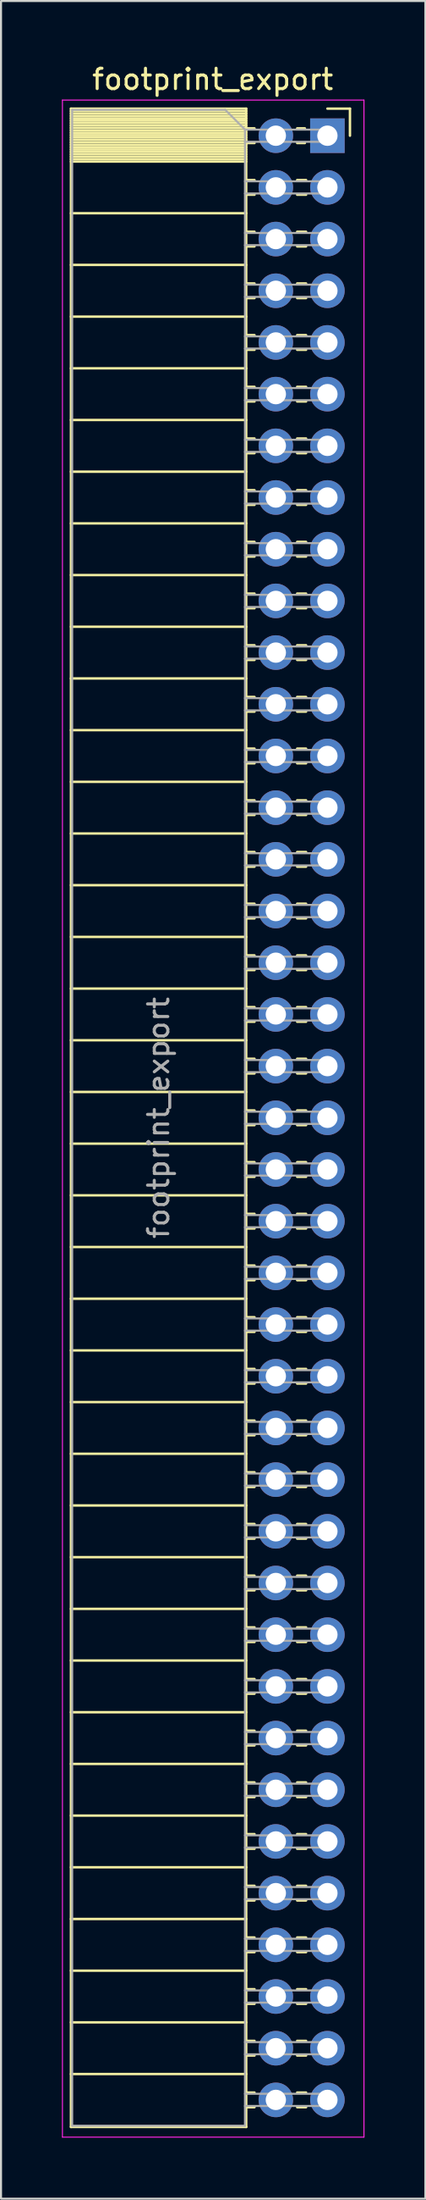
<source format=kicad_pcb>
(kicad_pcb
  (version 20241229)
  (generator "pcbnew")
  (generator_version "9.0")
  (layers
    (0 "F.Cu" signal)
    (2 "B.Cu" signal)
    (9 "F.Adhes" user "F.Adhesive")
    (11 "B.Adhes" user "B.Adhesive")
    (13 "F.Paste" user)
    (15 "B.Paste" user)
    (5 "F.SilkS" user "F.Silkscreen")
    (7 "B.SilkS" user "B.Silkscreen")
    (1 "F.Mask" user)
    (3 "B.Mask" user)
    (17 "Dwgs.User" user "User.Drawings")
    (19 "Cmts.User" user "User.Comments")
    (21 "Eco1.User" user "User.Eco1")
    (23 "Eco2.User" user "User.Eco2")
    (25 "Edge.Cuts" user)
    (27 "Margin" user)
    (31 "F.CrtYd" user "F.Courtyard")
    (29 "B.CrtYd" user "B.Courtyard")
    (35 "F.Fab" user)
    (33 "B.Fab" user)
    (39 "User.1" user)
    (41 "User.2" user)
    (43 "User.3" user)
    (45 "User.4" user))
  (footprint "footprint_export"
    (layer "F.Cu")
    (at 13.075 3.618)
    (property "Reference" "footprint_export" (at -5.65 -2.77 0) (layer "F.SilkS") (effects (font (size 1 1) (thickness 0.15))))
    (attr through_hole)
    (fp_line (start -12.63 -1.33) (end -12.63 97.85) (stroke (width 0.12) (type solid)) (layer "F.SilkS"))
    (fp_line (start -12.63 -1.33) (end -4 -1.33) (stroke (width 0.12) (type solid)) (layer "F.SilkS"))
    (fp_line (start -12.63 -1.21) (end -4 -1.21) (stroke (width 0.12) (type solid)) (layer "F.SilkS"))
    (fp_line (start -12.63 -1.092) (end -4 -1.092) (stroke (width 0.12) (type solid)) (layer "F.SilkS"))
    (fp_line (start -12.63 -0.974) (end -4 -0.974) (stroke (width 0.12) (type solid)) (layer "F.SilkS"))
    (fp_line (start -12.63 -0.856) (end -4 -0.856) (stroke (width 0.12) (type solid)) (layer "F.SilkS"))
    (fp_line (start -12.63 -0.738) (end -4 -0.738) (stroke (width 0.12) (type solid)) (layer "F.SilkS"))
    (fp_line (start -12.63 -0.62) (end -4 -0.62) (stroke (width 0.12) (type solid)) (layer "F.SilkS"))
    (fp_line (start -12.63 -0.501) (end -4 -0.501) (stroke (width 0.12) (type solid)) (layer "F.SilkS"))
    (fp_line (start -12.63 -0.383) (end -4 -0.383) (stroke (width 0.12) (type solid)) (layer "F.SilkS"))
    (fp_line (start -12.63 -0.265) (end -4 -0.265) (stroke (width 0.12) (type solid)) (layer "F.SilkS"))
    (fp_line (start -12.63 -0.147) (end -4 -0.147) (stroke (width 0.12) (type solid)) (layer "F.SilkS"))
    (fp_line (start -12.63 -0.029) (end -4 -0.029) (stroke (width 0.12) (type solid)) (layer "F.SilkS"))
    (fp_line (start -12.63 0.089) (end -4 0.089) (stroke (width 0.12) (type solid)) (layer "F.SilkS"))
    (fp_line (start -12.63 0.207) (end -4 0.207) (stroke (width 0.12) (type solid)) (layer "F.SilkS"))
    (fp_line (start -12.63 0.325) (end -4 0.325) (stroke (width 0.12) (type solid)) (layer "F.SilkS"))
    (fp_line (start -12.63 0.443) (end -4 0.443) (stroke (width 0.12) (type solid)) (layer "F.SilkS"))
    (fp_line (start -12.63 0.561) (end -4 0.561) (stroke (width 0.12) (type solid)) (layer "F.SilkS"))
    (fp_line (start -12.63 0.68) (end -4 0.68) (stroke (width 0.12) (type solid)) (layer "F.SilkS"))
    (fp_line (start -12.63 0.798) (end -4 0.798) (stroke (width 0.12) (type solid)) (layer "F.SilkS"))
    (fp_line (start -12.63 0.916) (end -4 0.916) (stroke (width 0.12) (type solid)) (layer "F.SilkS"))
    (fp_line (start -12.63 1.034) (end -4 1.034) (stroke (width 0.12) (type solid)) (layer "F.SilkS"))
    (fp_line (start -12.63 1.152) (end -4 1.152) (stroke (width 0.12) (type solid)) (layer "F.SilkS"))
    (fp_line (start -12.63 1.27) (end -4 1.27) (stroke (width 0.12) (type solid)) (layer "F.SilkS"))
    (fp_line (start -12.63 3.81) (end -4 3.81) (stroke (width 0.12) (type solid)) (layer "F.SilkS"))
    (fp_line (start -12.63 6.35) (end -4 6.35) (stroke (width 0.12) (type solid)) (layer "F.SilkS"))
    (fp_line (start -12.63 8.89) (end -4 8.89) (stroke (width 0.12) (type solid)) (layer "F.SilkS"))
    (fp_line (start -12.63 11.43) (end -4 11.43) (stroke (width 0.12) (type solid)) (layer "F.SilkS"))
    (fp_line (start -12.63 13.97) (end -4 13.97) (stroke (width 0.12) (type solid)) (layer "F.SilkS"))
    (fp_line (start -12.63 16.51) (end -4 16.51) (stroke (width 0.12) (type solid)) (layer "F.SilkS"))
    (fp_line (start -12.63 19.05) (end -4 19.05) (stroke (width 0.12) (type solid)) (layer "F.SilkS"))
    (fp_line (start -12.63 21.59) (end -4 21.59) (stroke (width 0.12) (type solid)) (layer "F.SilkS"))
    (fp_line (start -12.63 24.13) (end -4 24.13) (stroke (width 0.12) (type solid)) (layer "F.SilkS"))
    (fp_line (start -12.63 26.67) (end -4 26.67) (stroke (width 0.12) (type solid)) (layer "F.SilkS"))
    (fp_line (start -12.63 29.21) (end -4 29.21) (stroke (width 0.12) (type solid)) (layer "F.SilkS"))
    (fp_line (start -12.63 31.75) (end -4 31.75) (stroke (width 0.12) (type solid)) (layer "F.SilkS"))
    (fp_line (start -12.63 34.29) (end -4 34.29) (stroke (width 0.12) (type solid)) (layer "F.SilkS"))
    (fp_line (start -12.63 36.83) (end -4 36.83) (stroke (width 0.12) (type solid)) (layer "F.SilkS"))
    (fp_line (start -12.63 39.37) (end -4 39.37) (stroke (width 0.12) (type solid)) (layer "F.SilkS"))
    (fp_line (start -12.63 41.91) (end -4 41.91) (stroke (width 0.12) (type solid)) (layer "F.SilkS"))
    (fp_line (start -12.63 44.45) (end -4 44.45) (stroke (width 0.12) (type solid)) (layer "F.SilkS"))
    (fp_line (start -12.63 46.99) (end -4 46.99) (stroke (width 0.12) (type solid)) (layer "F.SilkS"))
    (fp_line (start -12.63 49.53) (end -4 49.53) (stroke (width 0.12) (type solid)) (layer "F.SilkS"))
    (fp_line (start -12.63 52.07) (end -4 52.07) (stroke (width 0.12) (type solid)) (layer "F.SilkS"))
    (fp_line (start -12.63 54.61) (end -4 54.61) (stroke (width 0.12) (type solid)) (layer "F.SilkS"))
    (fp_line (start -12.63 57.15) (end -4 57.15) (stroke (width 0.12) (type solid)) (layer "F.SilkS"))
    (fp_line (start -12.63 59.69) (end -4 59.69) (stroke (width 0.12) (type solid)) (layer "F.SilkS"))
    (fp_line (start -12.63 62.23) (end -4 62.23) (stroke (width 0.12) (type solid)) (layer "F.SilkS"))
    (fp_line (start -12.63 64.77) (end -4 64.77) (stroke (width 0.12) (type solid)) (layer "F.SilkS"))
    (fp_line (start -12.63 67.31) (end -4 67.31) (stroke (width 0.12) (type solid)) (layer "F.SilkS"))
    (fp_line (start -12.63 69.85) (end -4 69.85) (stroke (width 0.12) (type solid)) (layer "F.SilkS"))
    (fp_line (start -12.63 72.39) (end -4 72.39) (stroke (width 0.12) (type solid)) (layer "F.SilkS"))
    (fp_line (start -12.63 74.93) (end -4 74.93) (stroke (width 0.12) (type solid)) (layer "F.SilkS"))
    (fp_line (start -12.63 77.47) (end -4 77.47) (stroke (width 0.12) (type solid)) (layer "F.SilkS"))
    (fp_line (start -12.63 80.01) (end -4 80.01) (stroke (width 0.12) (type solid)) (layer "F.SilkS"))
    (fp_line (start -12.63 82.55) (end -4 82.55) (stroke (width 0.12) (type solid)) (layer "F.SilkS"))
    (fp_line (start -12.63 85.09) (end -4 85.09) (stroke (width 0.12) (type solid)) (layer "F.SilkS"))
    (fp_line (start -12.63 87.63) (end -4 87.63) (stroke (width 0.12) (type solid)) (layer "F.SilkS"))
    (fp_line (start -12.63 90.17) (end -4 90.17) (stroke (width 0.12) (type solid)) (layer "F.SilkS"))
    (fp_line (start -12.63 92.71) (end -4 92.71) (stroke (width 0.12) (type solid)) (layer "F.SilkS"))
    (fp_line (start -12.63 95.25) (end -4 95.25) (stroke (width 0.12) (type solid)) (layer "F.SilkS"))
    (fp_line (start -12.63 97.85) (end -4 97.85) (stroke (width 0.12) (type solid)) (layer "F.SilkS"))
    (fp_line (start -4 -1.33) (end -4 97.85) (stroke (width 0.12) (type solid)) (layer "F.SilkS"))
    (fp_line (start -4 -0.36) (end -3.59 -0.36) (stroke (width 0.12) (type solid)) (layer "F.SilkS"))
    (fp_line (start -4 0.36) (end -3.59 0.36) (stroke (width 0.12) (type solid)) (layer "F.SilkS"))
    (fp_line (start -4 2.18) (end -3.59 2.18) (stroke (width 0.12) (type solid)) (layer "F.SilkS"))
    (fp_line (start -4 2.9) (end -3.59 2.9) (stroke (width 0.12) (type solid)) (layer "F.SilkS"))
    (fp_line (start -4 4.72) (end -3.59 4.72) (stroke (width 0.12) (type solid)) (layer "F.SilkS"))
    (fp_line (start -4 5.44) (end -3.59 5.44) (stroke (width 0.12) (type solid)) (layer "F.SilkS"))
    (fp_line (start -4 7.26) (end -3.59 7.26) (stroke (width 0.12) (type solid)) (layer "F.SilkS"))
    (fp_line (start -4 7.98) (end -3.59 7.98) (stroke (width 0.12) (type solid)) (layer "F.SilkS"))
    (fp_line (start -4 9.8) (end -3.59 9.8) (stroke (width 0.12) (type solid)) (layer "F.SilkS"))
    (fp_line (start -4 10.52) (end -3.59 10.52) (stroke (width 0.12) (type solid)) (layer "F.SilkS"))
    (fp_line (start -4 12.34) (end -3.59 12.34) (stroke (width 0.12) (type solid)) (layer "F.SilkS"))
    (fp_line (start -4 13.06) (end -3.59 13.06) (stroke (width 0.12) (type solid)) (layer "F.SilkS"))
    (fp_line (start -4 14.88) (end -3.59 14.88) (stroke (width 0.12) (type solid)) (layer "F.SilkS"))
    (fp_line (start -4 15.6) (end -3.59 15.6) (stroke (width 0.12) (type solid)) (layer "F.SilkS"))
    (fp_line (start -4 17.42) (end -3.59 17.42) (stroke (width 0.12) (type solid)) (layer "F.SilkS"))
    (fp_line (start -4 18.14) (end -3.59 18.14) (stroke (width 0.12) (type solid)) (layer "F.SilkS"))
    (fp_line (start -4 19.96) (end -3.59 19.96) (stroke (width 0.12) (type solid)) (layer "F.SilkS"))
    (fp_line (start -4 20.68) (end -3.59 20.68) (stroke (width 0.12) (type solid)) (layer "F.SilkS"))
    (fp_line (start -4 22.5) (end -3.59 22.5) (stroke (width 0.12) (type solid)) (layer "F.SilkS"))
    (fp_line (start -4 23.22) (end -3.59 23.22) (stroke (width 0.12) (type solid)) (layer "F.SilkS"))
    (fp_line (start -4 25.04) (end -3.59 25.04) (stroke (width 0.12) (type solid)) (layer "F.SilkS"))
    (fp_line (start -4 25.76) (end -3.59 25.76) (stroke (width 0.12) (type solid)) (layer "F.SilkS"))
    (fp_line (start -4 27.58) (end -3.59 27.58) (stroke (width 0.12) (type solid)) (layer "F.SilkS"))
    (fp_line (start -4 28.3) (end -3.59 28.3) (stroke (width 0.12) (type solid)) (layer "F.SilkS"))
    (fp_line (start -4 30.12) (end -3.59 30.12) (stroke (width 0.12) (type solid)) (layer "F.SilkS"))
    (fp_line (start -4 30.84) (end -3.59 30.84) (stroke (width 0.12) (type solid)) (layer "F.SilkS"))
    (fp_line (start -4 32.66) (end -3.59 32.66) (stroke (width 0.12) (type solid)) (layer "F.SilkS"))
    (fp_line (start -4 33.38) (end -3.59 33.38) (stroke (width 0.12) (type solid)) (layer "F.SilkS"))
    (fp_line (start -4 35.2) (end -3.59 35.2) (stroke (width 0.12) (type solid)) (layer "F.SilkS"))
    (fp_line (start -4 35.92) (end -3.59 35.92) (stroke (width 0.12) (type solid)) (layer "F.SilkS"))
    (fp_line (start -4 37.74) (end -3.59 37.74) (stroke (width 0.12) (type solid)) (layer "F.SilkS"))
    (fp_line (start -4 38.46) (end -3.59 38.46) (stroke (width 0.12) (type solid)) (layer "F.SilkS"))
    (fp_line (start -4 40.28) (end -3.59 40.28) (stroke (width 0.12) (type solid)) (layer "F.SilkS"))
    (fp_line (start -4 41) (end -3.59 41) (stroke (width 0.12) (type solid)) (layer "F.SilkS"))
    (fp_line (start -4 42.82) (end -3.59 42.82) (stroke (width 0.12) (type solid)) (layer "F.SilkS"))
    (fp_line (start -4 43.54) (end -3.59 43.54) (stroke (width 0.12) (type solid)) (layer "F.SilkS"))
    (fp_line (start -4 45.36) (end -3.59 45.36) (stroke (width 0.12) (type solid)) (layer "F.SilkS"))
    (fp_line (start -4 46.08) (end -3.59 46.08) (stroke (width 0.12) (type solid)) (layer "F.SilkS"))
    (fp_line (start -4 47.9) (end -3.59 47.9) (stroke (width 0.12) (type solid)) (layer "F.SilkS"))
    (fp_line (start -4 48.62) (end -3.59 48.62) (stroke (width 0.12) (type solid)) (layer "F.SilkS"))
    (fp_line (start -4 50.44) (end -3.59 50.44) (stroke (width 0.12) (type solid)) (layer "F.SilkS"))
    (fp_line (start -4 51.16) (end -3.59 51.16) (stroke (width 0.12) (type solid)) (layer "F.SilkS"))
    (fp_line (start -4 52.98) (end -3.59 52.98) (stroke (width 0.12) (type solid)) (layer "F.SilkS"))
    (fp_line (start -4 53.7) (end -3.59 53.7) (stroke (width 0.12) (type solid)) (layer "F.SilkS"))
    (fp_line (start -4 55.52) (end -3.59 55.52) (stroke (width 0.12) (type solid)) (layer "F.SilkS"))
    (fp_line (start -4 56.24) (end -3.59 56.24) (stroke (width 0.12) (type solid)) (layer "F.SilkS"))
    (fp_line (start -4 58.06) (end -3.59 58.06) (stroke (width 0.12) (type solid)) (layer "F.SilkS"))
    (fp_line (start -4 58.78) (end -3.59 58.78) (stroke (width 0.12) (type solid)) (layer "F.SilkS"))
    (fp_line (start -4 60.6) (end -3.59 60.6) (stroke (width 0.12) (type solid)) (layer "F.SilkS"))
    (fp_line (start -4 61.32) (end -3.59 61.32) (stroke (width 0.12) (type solid)) (layer "F.SilkS"))
    (fp_line (start -4 63.14) (end -3.59 63.14) (stroke (width 0.12) (type solid)) (layer "F.SilkS"))
    (fp_line (start -4 63.86) (end -3.59 63.86) (stroke (width 0.12) (type solid)) (layer "F.SilkS"))
    (fp_line (start -4 65.68) (end -3.59 65.68) (stroke (width 0.12) (type solid)) (layer "F.SilkS"))
    (fp_line (start -4 66.4) (end -3.59 66.4) (stroke (width 0.12) (type solid)) (layer "F.SilkS"))
    (fp_line (start -4 68.22) (end -3.59 68.22) (stroke (width 0.12) (type solid)) (layer "F.SilkS"))
    (fp_line (start -4 68.94) (end -3.59 68.94) (stroke (width 0.12) (type solid)) (layer "F.SilkS"))
    (fp_line (start -4 70.76) (end -3.59 70.76) (stroke (width 0.12) (type solid)) (layer "F.SilkS"))
    (fp_line (start -4 71.48) (end -3.59 71.48) (stroke (width 0.12) (type solid)) (layer "F.SilkS"))
    (fp_line (start -4 73.3) (end -3.59 73.3) (stroke (width 0.12) (type solid)) (layer "F.SilkS"))
    (fp_line (start -4 74.02) (end -3.59 74.02) (stroke (width 0.12) (type solid)) (layer "F.SilkS"))
    (fp_line (start -4 75.84) (end -3.59 75.84) (stroke (width 0.12) (type solid)) (layer "F.SilkS"))
    (fp_line (start -4 76.56) (end -3.59 76.56) (stroke (width 0.12) (type solid)) (layer "F.SilkS"))
    (fp_line (start -4 78.38) (end -3.59 78.38) (stroke (width 0.12) (type solid)) (layer "F.SilkS"))
    (fp_line (start -4 79.1) (end -3.59 79.1) (stroke (width 0.12) (type solid)) (layer "F.SilkS"))
    (fp_line (start -4 80.92) (end -3.59 80.92) (stroke (width 0.12) (type solid)) (layer "F.SilkS"))
    (fp_line (start -4 81.64) (end -3.59 81.64) (stroke (width 0.12) (type solid)) (layer "F.SilkS"))
    (fp_line (start -4 83.46) (end -3.59 83.46) (stroke (width 0.12) (type solid)) (layer "F.SilkS"))
    (fp_line (start -4 84.18) (end -3.59 84.18) (stroke (width 0.12) (type solid)) (layer "F.SilkS"))
    (fp_line (start -4 86) (end -3.59 86) (stroke (width 0.12) (type solid)) (layer "F.SilkS"))
    (fp_line (start -4 86.72) (end -3.59 86.72) (stroke (width 0.12) (type solid)) (layer "F.SilkS"))
    (fp_line (start -4 88.54) (end -3.59 88.54) (stroke (width 0.12) (type solid)) (layer "F.SilkS"))
    (fp_line (start -4 89.26) (end -3.59 89.26) (stroke (width 0.12) (type solid)) (layer "F.SilkS"))
    (fp_line (start -4 91.08) (end -3.59 91.08) (stroke (width 0.12) (type solid)) (layer "F.SilkS"))
    (fp_line (start -4 91.8) (end -3.59 91.8) (stroke (width 0.12) (type solid)) (layer "F.SilkS"))
    (fp_line (start -4 93.62) (end -3.59 93.62) (stroke (width 0.12) (type solid)) (layer "F.SilkS"))
    (fp_line (start -4 94.34) (end -3.59 94.34) (stroke (width 0.12) (type solid)) (layer "F.SilkS"))
    (fp_line (start -4 96.16) (end -3.59 96.16) (stroke (width 0.12) (type solid)) (layer "F.SilkS"))
    (fp_line (start -4 96.88) (end -3.59 96.88) (stroke (width 0.12) (type solid)) (layer "F.SilkS"))
    (fp_line (start -1.49 -0.36) (end -1.11 -0.36) (stroke (width 0.12) (type solid)) (layer "F.SilkS"))
    (fp_line (start -1.49 0.36) (end -1.11 0.36) (stroke (width 0.12) (type solid)) (layer "F.SilkS"))
    (fp_line (start -1.49 2.18) (end -1.05 2.18) (stroke (width 0.12) (type solid)) (layer "F.SilkS"))
    (fp_line (start -1.49 2.9) (end -1.05 2.9) (stroke (width 0.12) (type solid)) (layer "F.SilkS"))
    (fp_line (start -1.49 4.72) (end -1.05 4.72) (stroke (width 0.12) (type solid)) (layer "F.SilkS"))
    (fp_line (start -1.49 5.44) (end -1.05 5.44) (stroke (width 0.12) (type solid)) (layer "F.SilkS"))
    (fp_line (start -1.49 7.26) (end -1.05 7.26) (stroke (width 0.12) (type solid)) (layer "F.SilkS"))
    (fp_line (start -1.49 7.98) (end -1.05 7.98) (stroke (width 0.12) (type solid)) (layer "F.SilkS"))
    (fp_line (start -1.49 9.8) (end -1.05 9.8) (stroke (width 0.12) (type solid)) (layer "F.SilkS"))
    (fp_line (start -1.49 10.52) (end -1.05 10.52) (stroke (width 0.12) (type solid)) (layer "F.SilkS"))
    (fp_line (start -1.49 12.34) (end -1.05 12.34) (stroke (width 0.12) (type solid)) (layer "F.SilkS"))
    (fp_line (start -1.49 13.06) (end -1.05 13.06) (stroke (width 0.12) (type solid)) (layer "F.SilkS"))
    (fp_line (start -1.49 14.88) (end -1.05 14.88) (stroke (width 0.12) (type solid)) (layer "F.SilkS"))
    (fp_line (start -1.49 15.6) (end -1.05 15.6) (stroke (width 0.12) (type solid)) (layer "F.SilkS"))
    (fp_line (start -1.49 17.42) (end -1.05 17.42) (stroke (width 0.12) (type solid)) (layer "F.SilkS"))
    (fp_line (start -1.49 18.14) (end -1.05 18.14) (stroke (width 0.12) (type solid)) (layer "F.SilkS"))
    (fp_line (start -1.49 19.96) (end -1.05 19.96) (stroke (width 0.12) (type solid)) (layer "F.SilkS"))
    (fp_line (start -1.49 20.68) (end -1.05 20.68) (stroke (width 0.12) (type solid)) (layer "F.SilkS"))
    (fp_line (start -1.49 22.5) (end -1.05 22.5) (stroke (width 0.12) (type solid)) (layer "F.SilkS"))
    (fp_line (start -1.49 23.22) (end -1.05 23.22) (stroke (width 0.12) (type solid)) (layer "F.SilkS"))
    (fp_line (start -1.49 25.04) (end -1.05 25.04) (stroke (width 0.12) (type solid)) (layer "F.SilkS"))
    (fp_line (start -1.49 25.76) (end -1.05 25.76) (stroke (width 0.12) (type solid)) (layer "F.SilkS"))
    (fp_line (start -1.49 27.58) (end -1.05 27.58) (stroke (width 0.12) (type solid)) (layer "F.SilkS"))
    (fp_line (start -1.49 28.3) (end -1.05 28.3) (stroke (width 0.12) (type solid)) (layer "F.SilkS"))
    (fp_line (start -1.49 30.12) (end -1.05 30.12) (stroke (width 0.12) (type solid)) (layer "F.SilkS"))
    (fp_line (start -1.49 30.84) (end -1.05 30.84) (stroke (width 0.12) (type solid)) (layer "F.SilkS"))
    (fp_line (start -1.49 32.66) (end -1.05 32.66) (stroke (width 0.12) (type solid)) (layer "F.SilkS"))
    (fp_line (start -1.49 33.38) (end -1.05 33.38) (stroke (width 0.12) (type solid)) (layer "F.SilkS"))
    (fp_line (start -1.49 35.2) (end -1.05 35.2) (stroke (width 0.12) (type solid)) (layer "F.SilkS"))
    (fp_line (start -1.49 35.92) (end -1.05 35.92) (stroke (width 0.12) (type solid)) (layer "F.SilkS"))
    (fp_line (start -1.49 37.74) (end -1.05 37.74) (stroke (width 0.12) (type solid)) (layer "F.SilkS"))
    (fp_line (start -1.49 38.46) (end -1.05 38.46) (stroke (width 0.12) (type solid)) (layer "F.SilkS"))
    (fp_line (start -1.49 40.28) (end -1.05 40.28) (stroke (width 0.12) (type solid)) (layer "F.SilkS"))
    (fp_line (start -1.49 41) (end -1.05 41) (stroke (width 0.12) (type solid)) (layer "F.SilkS"))
    (fp_line (start -1.49 42.82) (end -1.05 42.82) (stroke (width 0.12) (type solid)) (layer "F.SilkS"))
    (fp_line (start -1.49 43.54) (end -1.05 43.54) (stroke (width 0.12) (type solid)) (layer "F.SilkS"))
    (fp_line (start -1.49 45.36) (end -1.05 45.36) (stroke (width 0.12) (type solid)) (layer "F.SilkS"))
    (fp_line (start -1.49 46.08) (end -1.05 46.08) (stroke (width 0.12) (type solid)) (layer "F.SilkS"))
    (fp_line (start -1.49 47.9) (end -1.05 47.9) (stroke (width 0.12) (type solid)) (layer "F.SilkS"))
    (fp_line (start -1.49 48.62) (end -1.05 48.62) (stroke (width 0.12) (type solid)) (layer "F.SilkS"))
    (fp_line (start -1.49 50.44) (end -1.05 50.44) (stroke (width 0.12) (type solid)) (layer "F.SilkS"))
    (fp_line (start -1.49 51.16) (end -1.05 51.16) (stroke (width 0.12) (type solid)) (layer "F.SilkS"))
    (fp_line (start -1.49 52.98) (end -1.05 52.98) (stroke (width 0.12) (type solid)) (layer "F.SilkS"))
    (fp_line (start -1.49 53.7) (end -1.05 53.7) (stroke (width 0.12) (type solid)) (layer "F.SilkS"))
    (fp_line (start -1.49 55.52) (end -1.05 55.52) (stroke (width 0.12) (type solid)) (layer "F.SilkS"))
    (fp_line (start -1.49 56.24) (end -1.05 56.24) (stroke (width 0.12) (type solid)) (layer "F.SilkS"))
    (fp_line (start -1.49 58.06) (end -1.05 58.06) (stroke (width 0.12) (type solid)) (layer "F.SilkS"))
    (fp_line (start -1.49 58.78) (end -1.05 58.78) (stroke (width 0.12) (type solid)) (layer "F.SilkS"))
    (fp_line (start -1.49 60.6) (end -1.05 60.6) (stroke (width 0.12) (type solid)) (layer "F.SilkS"))
    (fp_line (start -1.49 61.32) (end -1.05 61.32) (stroke (width 0.12) (type solid)) (layer "F.SilkS"))
    (fp_line (start -1.49 63.14) (end -1.05 63.14) (stroke (width 0.12) (type solid)) (layer "F.SilkS"))
    (fp_line (start -1.49 63.86) (end -1.05 63.86) (stroke (width 0.12) (type solid)) (layer "F.SilkS"))
    (fp_line (start -1.49 65.68) (end -1.05 65.68) (stroke (width 0.12) (type solid)) (layer "F.SilkS"))
    (fp_line (start -1.49 66.4) (end -1.05 66.4) (stroke (width 0.12) (type solid)) (layer "F.SilkS"))
    (fp_line (start -1.49 68.22) (end -1.05 68.22) (stroke (width 0.12) (type solid)) (layer "F.SilkS"))
    (fp_line (start -1.49 68.94) (end -1.05 68.94) (stroke (width 0.12) (type solid)) (layer "F.SilkS"))
    (fp_line (start -1.49 70.76) (end -1.05 70.76) (stroke (width 0.12) (type solid)) (layer "F.SilkS"))
    (fp_line (start -1.49 71.48) (end -1.05 71.48) (stroke (width 0.12) (type solid)) (layer "F.SilkS"))
    (fp_line (start -1.49 73.3) (end -1.05 73.3) (stroke (width 0.12) (type solid)) (layer "F.SilkS"))
    (fp_line (start -1.49 74.02) (end -1.05 74.02) (stroke (width 0.12) (type solid)) (layer "F.SilkS"))
    (fp_line (start -1.49 75.84) (end -1.05 75.84) (stroke (width 0.12) (type solid)) (layer "F.SilkS"))
    (fp_line (start -1.49 76.56) (end -1.05 76.56) (stroke (width 0.12) (type solid)) (layer "F.SilkS"))
    (fp_line (start -1.49 78.38) (end -1.05 78.38) (stroke (width 0.12) (type solid)) (layer "F.SilkS"))
    (fp_line (start -1.49 79.1) (end -1.05 79.1) (stroke (width 0.12) (type solid)) (layer "F.SilkS"))
    (fp_line (start -1.49 80.92) (end -1.05 80.92) (stroke (width 0.12) (type solid)) (layer "F.SilkS"))
    (fp_line (start -1.49 81.64) (end -1.05 81.64) (stroke (width 0.12) (type solid)) (layer "F.SilkS"))
    (fp_line (start -1.49 83.46) (end -1.05 83.46) (stroke (width 0.12) (type solid)) (layer "F.SilkS"))
    (fp_line (start -1.49 84.18) (end -1.05 84.18) (stroke (width 0.12) (type solid)) (layer "F.SilkS"))
    (fp_line (start -1.49 86) (end -1.05 86) (stroke (width 0.12) (type solid)) (layer "F.SilkS"))
    (fp_line (start -1.49 86.72) (end -1.05 86.72) (stroke (width 0.12) (type solid)) (layer "F.SilkS"))
    (fp_line (start -1.49 88.54) (end -1.05 88.54) (stroke (width 0.12) (type solid)) (layer "F.SilkS"))
    (fp_line (start -1.49 89.26) (end -1.05 89.26) (stroke (width 0.12) (type solid)) (layer "F.SilkS"))
    (fp_line (start -1.49 91.08) (end -1.05 91.08) (stroke (width 0.12) (type solid)) (layer "F.SilkS"))
    (fp_line (start -1.49 91.8) (end -1.05 91.8) (stroke (width 0.12) (type solid)) (layer "F.SilkS"))
    (fp_line (start -1.49 93.62) (end -1.05 93.62) (stroke (width 0.12) (type solid)) (layer "F.SilkS"))
    (fp_line (start -1.49 94.34) (end -1.05 94.34) (stroke (width 0.12) (type solid)) (layer "F.SilkS"))
    (fp_line (start -1.49 96.16) (end -1.05 96.16) (stroke (width 0.12) (type solid)) (layer "F.SilkS"))
    (fp_line (start -1.49 96.88) (end -1.05 96.88) (stroke (width 0.12) (type solid)) (layer "F.SilkS"))
    (fp_line (start 0 -1.33) (end 1.11 -1.33) (stroke (width 0.12) (type solid)) (layer "F.SilkS"))
    (fp_line (start 1.11 -1.33) (end 1.11 0) (stroke (width 0.12) (type solid)) (layer "F.SilkS"))
    (fp_line (start -13.05 -1.75) (end -13.05 98.35) (stroke (width 0.05) (type solid)) (layer "F.CrtYd"))
    (fp_line (start -13.05 98.35) (end 1.8 98.35) (stroke (width 0.05) (type solid)) (layer "F.CrtYd"))
    (fp_line (start 1.8 -1.75) (end -13.05 -1.75) (stroke (width 0.05) (type solid)) (layer "F.CrtYd"))
    (fp_line (start 1.8 98.35) (end 1.8 -1.75) (stroke (width 0.05) (type solid)) (layer "F.CrtYd"))
    (fp_line (start -12.57 -1.27) (end -5.03 -1.27) (stroke (width 0.1) (type solid)) (layer "F.Fab"))
    (fp_line (start -12.57 97.79) (end -12.57 -1.27) (stroke (width 0.1) (type solid)) (layer "F.Fab"))
    (fp_line (start -5.03 -1.27) (end -4.06 -0.3) (stroke (width 0.1) (type solid)) (layer "F.Fab"))
    (fp_line (start -4.06 -0.3) (end -4.06 97.79) (stroke (width 0.1) (type solid)) (layer "F.Fab"))
    (fp_line (start -4.06 0.3) (end 0 0.3) (stroke (width 0.1) (type solid)) (layer "F.Fab"))
    (fp_line (start -4.06 2.84) (end 0 2.84) (stroke (width 0.1) (type solid)) (layer "F.Fab"))
    (fp_line (start -4.06 5.38) (end 0 5.38) (stroke (width 0.1) (type solid)) (layer "F.Fab"))
    (fp_line (start -4.06 7.92) (end 0 7.92) (stroke (width 0.1) (type solid)) (layer "F.Fab"))
    (fp_line (start -4.06 10.46) (end 0 10.46) (stroke (width 0.1) (type solid)) (layer "F.Fab"))
    (fp_line (start -4.06 13) (end 0 13) (stroke (width 0.1) (type solid)) (layer "F.Fab"))
    (fp_line (start -4.06 15.54) (end 0 15.54) (stroke (width 0.1) (type solid)) (layer "F.Fab"))
    (fp_line (start -4.06 18.08) (end 0 18.08) (stroke (width 0.1) (type solid)) (layer "F.Fab"))
    (fp_line (start -4.06 20.62) (end 0 20.62) (stroke (width 0.1) (type solid)) (layer "F.Fab"))
    (fp_line (start -4.06 23.16) (end 0 23.16) (stroke (width 0.1) (type solid)) (layer "F.Fab"))
    (fp_line (start -4.06 25.7) (end 0 25.7) (stroke (width 0.1) (type solid)) (layer "F.Fab"))
    (fp_line (start -4.06 28.24) (end 0 28.24) (stroke (width 0.1) (type solid)) (layer "F.Fab"))
    (fp_line (start -4.06 30.78) (end 0 30.78) (stroke (width 0.1) (type solid)) (layer "F.Fab"))
    (fp_line (start -4.06 33.32) (end 0 33.32) (stroke (width 0.1) (type solid)) (layer "F.Fab"))
    (fp_line (start -4.06 35.86) (end 0 35.86) (stroke (width 0.1) (type solid)) (layer "F.Fab"))
    (fp_line (start -4.06 38.4) (end 0 38.4) (stroke (width 0.1) (type solid)) (layer "F.Fab"))
    (fp_line (start -4.06 40.94) (end 0 40.94) (stroke (width 0.1) (type solid)) (layer "F.Fab"))
    (fp_line (start -4.06 43.48) (end 0 43.48) (stroke (width 0.1) (type solid)) (layer "F.Fab"))
    (fp_line (start -4.06 46.02) (end 0 46.02) (stroke (width 0.1) (type solid)) (layer "F.Fab"))
    (fp_line (start -4.06 48.56) (end 0 48.56) (stroke (width 0.1) (type solid)) (layer "F.Fab"))
    (fp_line (start -4.06 51.1) (end 0 51.1) (stroke (width 0.1) (type solid)) (layer "F.Fab"))
    (fp_line (start -4.06 53.64) (end 0 53.64) (stroke (width 0.1) (type solid)) (layer "F.Fab"))
    (fp_line (start -4.06 56.18) (end 0 56.18) (stroke (width 0.1) (type solid)) (layer "F.Fab"))
    (fp_line (start -4.06 58.72) (end 0 58.72) (stroke (width 0.1) (type solid)) (layer "F.Fab"))
    (fp_line (start -4.06 61.26) (end 0 61.26) (stroke (width 0.1) (type solid)) (layer "F.Fab"))
    (fp_line (start -4.06 63.8) (end 0 63.8) (stroke (width 0.1) (type solid)) (layer "F.Fab"))
    (fp_line (start -4.06 66.34) (end 0 66.34) (stroke (width 0.1) (type solid)) (layer "F.Fab"))
    (fp_line (start -4.06 68.88) (end 0 68.88) (stroke (width 0.1) (type solid)) (layer "F.Fab"))
    (fp_line (start -4.06 71.42) (end 0 71.42) (stroke (width 0.1) (type solid)) (layer "F.Fab"))
    (fp_line (start -4.06 73.96) (end 0 73.96) (stroke (width 0.1) (type solid)) (layer "F.Fab"))
    (fp_line (start -4.06 76.5) (end 0 76.5) (stroke (width 0.1) (type solid)) (layer "F.Fab"))
    (fp_line (start -4.06 79.04) (end 0 79.04) (stroke (width 0.1) (type solid)) (layer "F.Fab"))
    (fp_line (start -4.06 81.58) (end 0 81.58) (stroke (width 0.1) (type solid)) (layer "F.Fab"))
    (fp_line (start -4.06 84.12) (end 0 84.12) (stroke (width 0.1) (type solid)) (layer "F.Fab"))
    (fp_line (start -4.06 86.66) (end 0 86.66) (stroke (width 0.1) (type solid)) (layer "F.Fab"))
    (fp_line (start -4.06 89.2) (end 0 89.2) (stroke (width 0.1) (type solid)) (layer "F.Fab"))
    (fp_line (start -4.06 91.74) (end 0 91.74) (stroke (width 0.1) (type solid)) (layer "F.Fab"))
    (fp_line (start -4.06 94.28) (end 0 94.28) (stroke (width 0.1) (type solid)) (layer "F.Fab"))
    (fp_line (start -4.06 96.82) (end 0 96.82) (stroke (width 0.1) (type solid)) (layer "F.Fab"))
    (fp_line (start -4.06 97.79) (end -12.57 97.79) (stroke (width 0.1) (type solid)) (layer "F.Fab"))
    (fp_line (start 0 -0.3) (end -4.06 -0.3) (stroke (width 0.1) (type solid)) (layer "F.Fab"))
    (fp_line (start 0 0.3) (end 0 -0.3) (stroke (width 0.1) (type solid)) (layer "F.Fab"))
    (fp_line (start 0 2.24) (end -4.06 2.24) (stroke (width 0.1) (type solid)) (layer "F.Fab"))
    (fp_line (start 0 2.84) (end 0 2.24) (stroke (width 0.1) (type solid)) (layer "F.Fab"))
    (fp_line (start 0 4.78) (end -4.06 4.78) (stroke (width 0.1) (type solid)) (layer "F.Fab"))
    (fp_line (start 0 5.38) (end 0 4.78) (stroke (width 0.1) (type solid)) (layer "F.Fab"))
    (fp_line (start 0 7.32) (end -4.06 7.32) (stroke (width 0.1) (type solid)) (layer "F.Fab"))
    (fp_line (start 0 7.92) (end 0 7.32) (stroke (width 0.1) (type solid)) (layer "F.Fab"))
    (fp_line (start 0 9.86) (end -4.06 9.86) (stroke (width 0.1) (type solid)) (layer "F.Fab"))
    (fp_line (start 0 10.46) (end 0 9.86) (stroke (width 0.1) (type solid)) (layer "F.Fab"))
    (fp_line (start 0 12.4) (end -4.06 12.4) (stroke (width 0.1) (type solid)) (layer "F.Fab"))
    (fp_line (start 0 13) (end 0 12.4) (stroke (width 0.1) (type solid)) (layer "F.Fab"))
    (fp_line (start 0 14.94) (end -4.06 14.94) (stroke (width 0.1) (type solid)) (layer "F.Fab"))
    (fp_line (start 0 15.54) (end 0 14.94) (stroke (width 0.1) (type solid)) (layer "F.Fab"))
    (fp_line (start 0 17.48) (end -4.06 17.48) (stroke (width 0.1) (type solid)) (layer "F.Fab"))
    (fp_line (start 0 18.08) (end 0 17.48) (stroke (width 0.1) (type solid)) (layer "F.Fab"))
    (fp_line (start 0 20.02) (end -4.06 20.02) (stroke (width 0.1) (type solid)) (layer "F.Fab"))
    (fp_line (start 0 20.62) (end 0 20.02) (stroke (width 0.1) (type solid)) (layer "F.Fab"))
    (fp_line (start 0 22.56) (end -4.06 22.56) (stroke (width 0.1) (type solid)) (layer "F.Fab"))
    (fp_line (start 0 23.16) (end 0 22.56) (stroke (width 0.1) (type solid)) (layer "F.Fab"))
    (fp_line (start 0 25.1) (end -4.06 25.1) (stroke (width 0.1) (type solid)) (layer "F.Fab"))
    (fp_line (start 0 25.7) (end 0 25.1) (stroke (width 0.1) (type solid)) (layer "F.Fab"))
    (fp_line (start 0 27.64) (end -4.06 27.64) (stroke (width 0.1) (type solid)) (layer "F.Fab"))
    (fp_line (start 0 28.24) (end 0 27.64) (stroke (width 0.1) (type solid)) (layer "F.Fab"))
    (fp_line (start 0 30.18) (end -4.06 30.18) (stroke (width 0.1) (type solid)) (layer "F.Fab"))
    (fp_line (start 0 30.78) (end 0 30.18) (stroke (width 0.1) (type solid)) (layer "F.Fab"))
    (fp_line (start 0 32.72) (end -4.06 32.72) (stroke (width 0.1) (type solid)) (layer "F.Fab"))
    (fp_line (start 0 33.32) (end 0 32.72) (stroke (width 0.1) (type solid)) (layer "F.Fab"))
    (fp_line (start 0 35.26) (end -4.06 35.26) (stroke (width 0.1) (type solid)) (layer "F.Fab"))
    (fp_line (start 0 35.86) (end 0 35.26) (stroke (width 0.1) (type solid)) (layer "F.Fab"))
    (fp_line (start 0 37.8) (end -4.06 37.8) (stroke (width 0.1) (type solid)) (layer "F.Fab"))
    (fp_line (start 0 38.4) (end 0 37.8) (stroke (width 0.1) (type solid)) (layer "F.Fab"))
    (fp_line (start 0 40.34) (end -4.06 40.34) (stroke (width 0.1) (type solid)) (layer "F.Fab"))
    (fp_line (start 0 40.94) (end 0 40.34) (stroke (width 0.1) (type solid)) (layer "F.Fab"))
    (fp_line (start 0 42.88) (end -4.06 42.88) (stroke (width 0.1) (type solid)) (layer "F.Fab"))
    (fp_line (start 0 43.48) (end 0 42.88) (stroke (width 0.1) (type solid)) (layer "F.Fab"))
    (fp_line (start 0 45.42) (end -4.06 45.42) (stroke (width 0.1) (type solid)) (layer "F.Fab"))
    (fp_line (start 0 46.02) (end 0 45.42) (stroke (width 0.1) (type solid)) (layer "F.Fab"))
    (fp_line (start 0 47.96) (end -4.06 47.96) (stroke (width 0.1) (type solid)) (layer "F.Fab"))
    (fp_line (start 0 48.56) (end 0 47.96) (stroke (width 0.1) (type solid)) (layer "F.Fab"))
    (fp_line (start 0 50.5) (end -4.06 50.5) (stroke (width 0.1) (type solid)) (layer "F.Fab"))
    (fp_line (start 0 51.1) (end 0 50.5) (stroke (width 0.1) (type solid)) (layer "F.Fab"))
    (fp_line (start 0 53.04) (end -4.06 53.04) (stroke (width 0.1) (type solid)) (layer "F.Fab"))
    (fp_line (start 0 53.64) (end 0 53.04) (stroke (width 0.1) (type solid)) (layer "F.Fab"))
    (fp_line (start 0 55.58) (end -4.06 55.58) (stroke (width 0.1) (type solid)) (layer "F.Fab"))
    (fp_line (start 0 56.18) (end 0 55.58) (stroke (width 0.1) (type solid)) (layer "F.Fab"))
    (fp_line (start 0 58.12) (end -4.06 58.12) (stroke (width 0.1) (type solid)) (layer "F.Fab"))
    (fp_line (start 0 58.72) (end 0 58.12) (stroke (width 0.1) (type solid)) (layer "F.Fab"))
    (fp_line (start 0 60.66) (end -4.06 60.66) (stroke (width 0.1) (type solid)) (layer "F.Fab"))
    (fp_line (start 0 61.26) (end 0 60.66) (stroke (width 0.1) (type solid)) (layer "F.Fab"))
    (fp_line (start 0 63.2) (end -4.06 63.2) (stroke (width 0.1) (type solid)) (layer "F.Fab"))
    (fp_line (start 0 63.8) (end 0 63.2) (stroke (width 0.1) (type solid)) (layer "F.Fab"))
    (fp_line (start 0 65.74) (end -4.06 65.74) (stroke (width 0.1) (type solid)) (layer "F.Fab"))
    (fp_line (start 0 66.34) (end 0 65.74) (stroke (width 0.1) (type solid)) (layer "F.Fab"))
    (fp_line (start 0 68.28) (end -4.06 68.28) (stroke (width 0.1) (type solid)) (layer "F.Fab"))
    (fp_line (start 0 68.88) (end 0 68.28) (stroke (width 0.1) (type solid)) (layer "F.Fab"))
    (fp_line (start 0 70.82) (end -4.06 70.82) (stroke (width 0.1) (type solid)) (layer "F.Fab"))
    (fp_line (start 0 71.42) (end 0 70.82) (stroke (width 0.1) (type solid)) (layer "F.Fab"))
    (fp_line (start 0 73.36) (end -4.06 73.36) (stroke (width 0.1) (type solid)) (layer "F.Fab"))
    (fp_line (start 0 73.96) (end 0 73.36) (stroke (width 0.1) (type solid)) (layer "F.Fab"))
    (fp_line (start 0 75.9) (end -4.06 75.9) (stroke (width 0.1) (type solid)) (layer "F.Fab"))
    (fp_line (start 0 76.5) (end 0 75.9) (stroke (width 0.1) (type solid)) (layer "F.Fab"))
    (fp_line (start 0 78.44) (end -4.06 78.44) (stroke (width 0.1) (type solid)) (layer "F.Fab"))
    (fp_line (start 0 79.04) (end 0 78.44) (stroke (width 0.1) (type solid)) (layer "F.Fab"))
    (fp_line (start 0 80.98) (end -4.06 80.98) (stroke (width 0.1) (type solid)) (layer "F.Fab"))
    (fp_line (start 0 81.58) (end 0 80.98) (stroke (width 0.1) (type solid)) (layer "F.Fab"))
    (fp_line (start 0 83.52) (end -4.06 83.52) (stroke (width 0.1) (type solid)) (layer "F.Fab"))
    (fp_line (start 0 84.12) (end 0 83.52) (stroke (width 0.1) (type solid)) (layer "F.Fab"))
    (fp_line (start 0 86.06) (end -4.06 86.06) (stroke (width 0.1) (type solid)) (layer "F.Fab"))
    (fp_line (start 0 86.66) (end 0 86.06) (stroke (width 0.1) (type solid)) (layer "F.Fab"))
    (fp_line (start 0 88.6) (end -4.06 88.6) (stroke (width 0.1) (type solid)) (layer "F.Fab"))
    (fp_line (start 0 89.2) (end 0 88.6) (stroke (width 0.1) (type solid)) (layer "F.Fab"))
    (fp_line (start 0 91.14) (end -4.06 91.14) (stroke (width 0.1) (type solid)) (layer "F.Fab"))
    (fp_line (start 0 91.74) (end 0 91.14) (stroke (width 0.1) (type solid)) (layer "F.Fab"))
    (fp_line (start 0 93.68) (end -4.06 93.68) (stroke (width 0.1) (type solid)) (layer "F.Fab"))
    (fp_line (start 0 94.28) (end 0 93.68) (stroke (width 0.1) (type solid)) (layer "F.Fab"))
    (fp_line (start 0 96.22) (end -4.06 96.22) (stroke (width 0.1) (type solid)) (layer "F.Fab"))
    (fp_line (start 0 96.82) (end 0 96.22) (stroke (width 0.1) (type solid)) (layer "F.Fab"))
    (fp_text user "${REFERENCE}" (at -8.315 48.26 90) (layer "F.Fab") (effects (font (size 1 1) (thickness 0.15))))
    (pad "1" thru_hole rect (at 0 0) (size 1.7 1.7) (drill 1) (layers "*.Cu" "*.Mask"))
    (pad "2" thru_hole oval (at -2.54 0) (size 1.7 1.7) (drill 1) (layers "*.Cu" "*.Mask"))
    (pad "3" thru_hole oval (at 0 2.54) (size 1.7 1.7) (drill 1) (layers "*.Cu" "*.Mask"))
    (pad "4" thru_hole oval (at -2.54 2.54) (size 1.7 1.7) (drill 1) (layers "*.Cu" "*.Mask"))
    (pad "5" thru_hole oval (at 0 5.08) (size 1.7 1.7) (drill 1) (layers "*.Cu" "*.Mask"))
    (pad "6" thru_hole oval (at -2.54 5.08) (size 1.7 1.7) (drill 1) (layers "*.Cu" "*.Mask"))
    (pad "7" thru_hole oval (at 0 7.62) (size 1.7 1.7) (drill 1) (layers "*.Cu" "*.Mask"))
    (pad "8" thru_hole oval (at -2.54 7.62) (size 1.7 1.7) (drill 1) (layers "*.Cu" "*.Mask"))
    (pad "9" thru_hole oval (at 0 10.16) (size 1.7 1.7) (drill 1) (layers "*.Cu" "*.Mask"))
    (pad "10" thru_hole oval (at -2.54 10.16) (size 1.7 1.7) (drill 1) (layers "*.Cu" "*.Mask"))
    (pad "11" thru_hole oval (at 0 12.7) (size 1.7 1.7) (drill 1) (layers "*.Cu" "*.Mask"))
    (pad "12" thru_hole oval (at -2.54 12.7) (size 1.7 1.7) (drill 1) (layers "*.Cu" "*.Mask"))
    (pad "13" thru_hole oval (at 0 15.24) (size 1.7 1.7) (drill 1) (layers "*.Cu" "*.Mask"))
    (pad "14" thru_hole oval (at -2.54 15.24) (size 1.7 1.7) (drill 1) (layers "*.Cu" "*.Mask"))
    (pad "15" thru_hole oval (at 0 17.78) (size 1.7 1.7) (drill 1) (layers "*.Cu" "*.Mask"))
    (pad "16" thru_hole oval (at -2.54 17.78) (size 1.7 1.7) (drill 1) (layers "*.Cu" "*.Mask"))
    (pad "17" thru_hole oval (at 0 20.32) (size 1.7 1.7) (drill 1) (layers "*.Cu" "*.Mask"))
    (pad "18" thru_hole oval (at -2.54 20.32) (size 1.7 1.7) (drill 1) (layers "*.Cu" "*.Mask"))
    (pad "19" thru_hole oval (at 0 22.86) (size 1.7 1.7) (drill 1) (layers "*.Cu" "*.Mask"))
    (pad "20" thru_hole oval (at -2.54 22.86) (size 1.7 1.7) (drill 1) (layers "*.Cu" "*.Mask"))
    (pad "21" thru_hole oval (at 0 25.4) (size 1.7 1.7) (drill 1) (layers "*.Cu" "*.Mask"))
    (pad "22" thru_hole oval (at -2.54 25.4) (size 1.7 1.7) (drill 1) (layers "*.Cu" "*.Mask"))
    (pad "23" thru_hole oval (at 0 27.94) (size 1.7 1.7) (drill 1) (layers "*.Cu" "*.Mask"))
    (pad "24" thru_hole oval (at -2.54 27.94) (size 1.7 1.7) (drill 1) (layers "*.Cu" "*.Mask"))
    (pad "25" thru_hole oval (at 0 30.48) (size 1.7 1.7) (drill 1) (layers "*.Cu" "*.Mask"))
    (pad "26" thru_hole oval (at -2.54 30.48) (size 1.7 1.7) (drill 1) (layers "*.Cu" "*.Mask"))
    (pad "27" thru_hole oval (at 0 33.02) (size 1.7 1.7) (drill 1) (layers "*.Cu" "*.Mask"))
    (pad "28" thru_hole oval (at -2.54 33.02) (size 1.7 1.7) (drill 1) (layers "*.Cu" "*.Mask"))
    (pad "29" thru_hole oval (at 0 35.56) (size 1.7 1.7) (drill 1) (layers "*.Cu" "*.Mask"))
    (pad "30" thru_hole oval (at -2.54 35.56) (size 1.7 1.7) (drill 1) (layers "*.Cu" "*.Mask"))
    (pad "31" thru_hole oval (at 0 38.1) (size 1.7 1.7) (drill 1) (layers "*.Cu" "*.Mask"))
    (pad "32" thru_hole oval (at -2.54 38.1) (size 1.7 1.7) (drill 1) (layers "*.Cu" "*.Mask"))
    (pad "33" thru_hole oval (at 0 40.64) (size 1.7 1.7) (drill 1) (layers "*.Cu" "*.Mask"))
    (pad "34" thru_hole oval (at -2.54 40.64) (size 1.7 1.7) (drill 1) (layers "*.Cu" "*.Mask"))
    (pad "35" thru_hole oval (at 0 43.18) (size 1.7 1.7) (drill 1) (layers "*.Cu" "*.Mask"))
    (pad "36" thru_hole oval (at -2.54 43.18) (size 1.7 1.7) (drill 1) (layers "*.Cu" "*.Mask"))
    (pad "37" thru_hole oval (at 0 45.72) (size 1.7 1.7) (drill 1) (layers "*.Cu" "*.Mask"))
    (pad "38" thru_hole oval (at -2.54 45.72) (size 1.7 1.7) (drill 1) (layers "*.Cu" "*.Mask"))
    (pad "39" thru_hole oval (at 0 48.26) (size 1.7 1.7) (drill 1) (layers "*.Cu" "*.Mask"))
    (pad "40" thru_hole oval (at -2.54 48.26) (size 1.7 1.7) (drill 1) (layers "*.Cu" "*.Mask"))
    (pad "41" thru_hole oval (at 0 50.8) (size 1.7 1.7) (drill 1) (layers "*.Cu" "*.Mask"))
    (pad "42" thru_hole oval (at -2.54 50.8) (size 1.7 1.7) (drill 1) (layers "*.Cu" "*.Mask"))
    (pad "43" thru_hole oval (at 0 53.34) (size 1.7 1.7) (drill 1) (layers "*.Cu" "*.Mask"))
    (pad "44" thru_hole oval (at -2.54 53.34) (size 1.7 1.7) (drill 1) (layers "*.Cu" "*.Mask"))
    (pad "45" thru_hole oval (at 0 55.88) (size 1.7 1.7) (drill 1) (layers "*.Cu" "*.Mask"))
    (pad "46" thru_hole oval (at -2.54 55.88) (size 1.7 1.7) (drill 1) (layers "*.Cu" "*.Mask"))
    (pad "47" thru_hole oval (at 0 58.42) (size 1.7 1.7) (drill 1) (layers "*.Cu" "*.Mask"))
    (pad "48" thru_hole oval (at -2.54 58.42) (size 1.7 1.7) (drill 1) (layers "*.Cu" "*.Mask"))
    (pad "49" thru_hole oval (at 0 60.96) (size 1.7 1.7) (drill 1) (layers "*.Cu" "*.Mask"))
    (pad "50" thru_hole oval (at -2.54 60.96) (size 1.7 1.7) (drill 1) (layers "*.Cu" "*.Mask"))
    (pad "51" thru_hole oval (at 0 63.5) (size 1.7 1.7) (drill 1) (layers "*.Cu" "*.Mask"))
    (pad "52" thru_hole oval (at -2.54 63.5) (size 1.7 1.7) (drill 1) (layers "*.Cu" "*.Mask"))
    (pad "53" thru_hole oval (at 0 66.04) (size 1.7 1.7) (drill 1) (layers "*.Cu" "*.Mask"))
    (pad "54" thru_hole oval (at -2.54 66.04) (size 1.7 1.7) (drill 1) (layers "*.Cu" "*.Mask"))
    (pad "55" thru_hole oval (at 0 68.58) (size 1.7 1.7) (drill 1) (layers "*.Cu" "*.Mask"))
    (pad "56" thru_hole oval (at -2.54 68.58) (size 1.7 1.7) (drill 1) (layers "*.Cu" "*.Mask"))
    (pad "57" thru_hole oval (at 0 71.12) (size 1.7 1.7) (drill 1) (layers "*.Cu" "*.Mask"))
    (pad "58" thru_hole oval (at -2.54 71.12) (size 1.7 1.7) (drill 1) (layers "*.Cu" "*.Mask"))
    (pad "59" thru_hole oval (at 0 73.66) (size 1.7 1.7) (drill 1) (layers "*.Cu" "*.Mask"))
    (pad "60" thru_hole oval (at -2.54 73.66) (size 1.7 1.7) (drill 1) (layers "*.Cu" "*.Mask"))
    (pad "61" thru_hole oval (at 0 76.2) (size 1.7 1.7) (drill 1) (layers "*.Cu" "*.Mask"))
    (pad "62" thru_hole oval (at -2.54 76.2) (size 1.7 1.7) (drill 1) (layers "*.Cu" "*.Mask"))
    (pad "63" thru_hole oval (at 0 78.74) (size 1.7 1.7) (drill 1) (layers "*.Cu" "*.Mask"))
    (pad "64" thru_hole oval (at -2.54 78.74) (size 1.7 1.7) (drill 1) (layers "*.Cu" "*.Mask"))
    (pad "65" thru_hole oval (at 0 81.28) (size 1.7 1.7) (drill 1) (layers "*.Cu" "*.Mask"))
    (pad "66" thru_hole oval (at -2.54 81.28) (size 1.7 1.7) (drill 1) (layers "*.Cu" "*.Mask"))
    (pad "67" thru_hole oval (at 0 83.82) (size 1.7 1.7) (drill 1) (layers "*.Cu" "*.Mask"))
    (pad "68" thru_hole oval (at -2.54 83.82) (size 1.7 1.7) (drill 1) (layers "*.Cu" "*.Mask"))
    (pad "69" thru_hole oval (at 0 86.36) (size 1.7 1.7) (drill 1) (layers "*.Cu" "*.Mask"))
    (pad "70" thru_hole oval (at -2.54 86.36) (size 1.7 1.7) (drill 1) (layers "*.Cu" "*.Mask"))
    (pad "71" thru_hole oval (at 0 88.9) (size 1.7 1.7) (drill 1) (layers "*.Cu" "*.Mask"))
    (pad "72" thru_hole oval (at -2.54 88.9) (size 1.7 1.7) (drill 1) (layers "*.Cu" "*.Mask"))
    (pad "73" thru_hole oval (at 0 91.44) (size 1.7 1.7) (drill 1) (layers "*.Cu" "*.Mask"))
    (pad "74" thru_hole oval (at -2.54 91.44) (size 1.7 1.7) (drill 1) (layers "*.Cu" "*.Mask"))
    (pad "75" thru_hole oval (at 0 93.98) (size 1.7 1.7) (drill 1) (layers "*.Cu" "*.Mask"))
    (pad "76" thru_hole oval (at -2.54 93.98) (size 1.7 1.7) (drill 1) (layers "*.Cu" "*.Mask"))
    (pad "77" thru_hole oval (at 0 96.52) (size 1.7 1.7) (drill 1) (layers "*.Cu" "*.Mask"))
    (pad "78" thru_hole oval (at -2.54 96.52) (size 1.7 1.7) (drill 1) (layers "*.Cu" "*.Mask")))
  (gr_rect
    (start -3 -3)
    (end 17.9 104.993)
    (stroke (width 0.1) (type default))
    (fill no)
    (layer "Edge.Cuts")))
</source>
